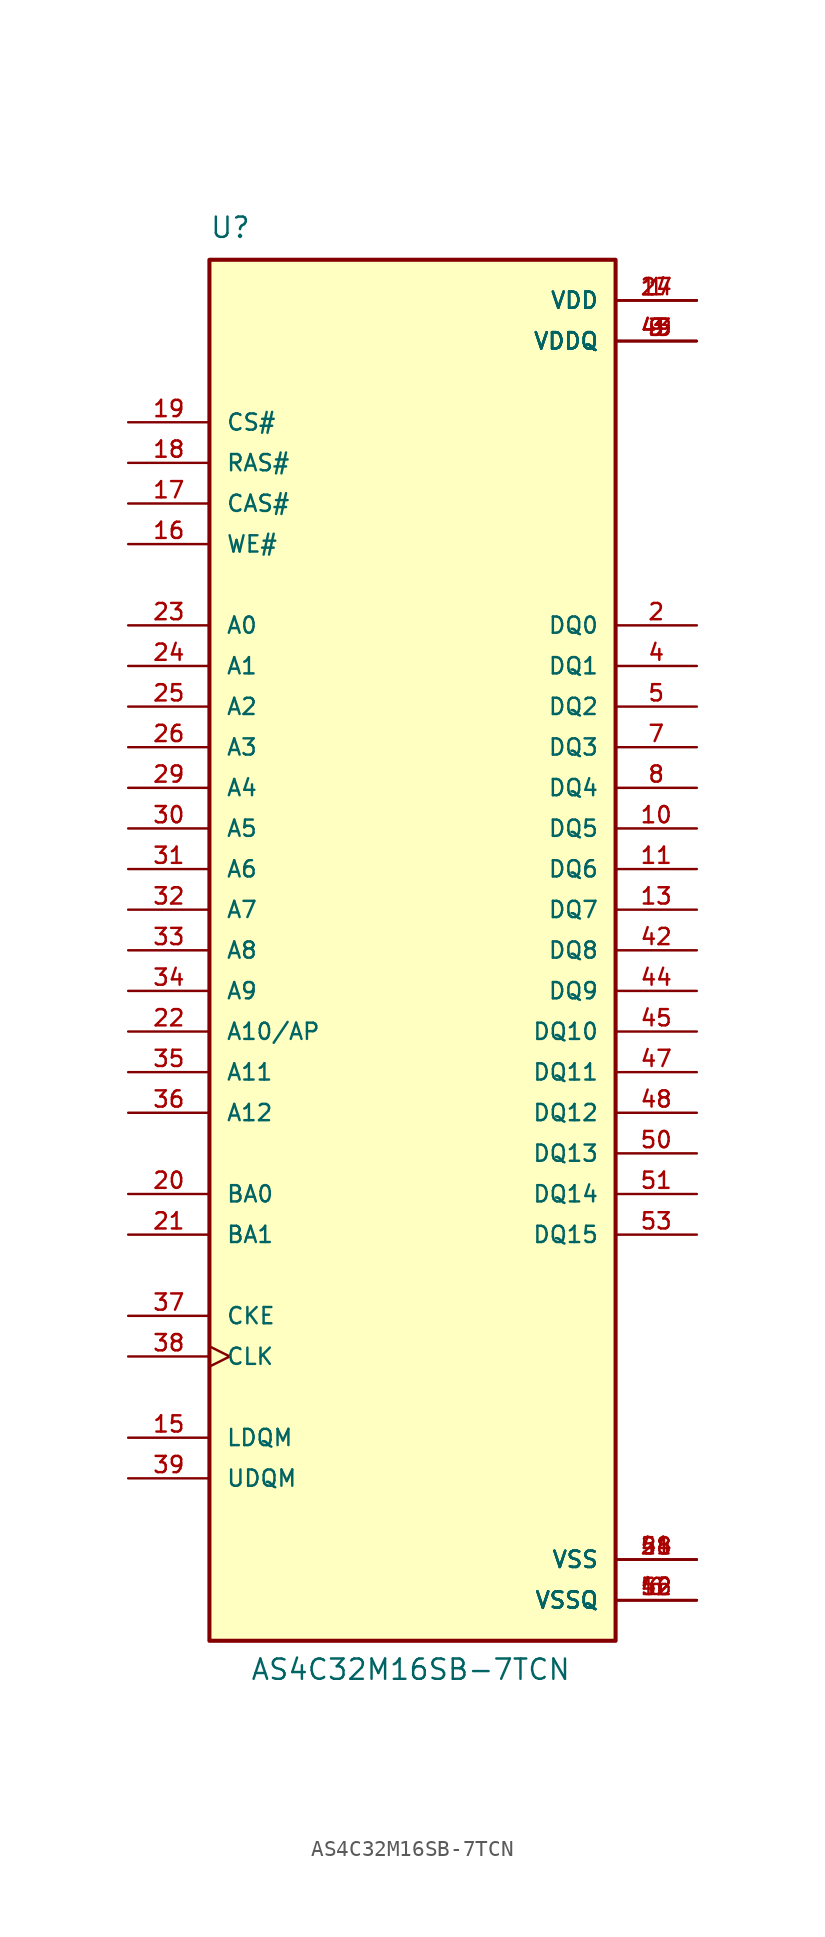
<source format=kicad_sym>
(kicad_symbol_lib
  (version 20211014)
  (generator kicad_symbol_editor)
  (symbol "AS4C32M16SB-7TCN"
    (pin_names
      (offset 1.016))
    (property "Reference" "U"
      (at -12.7 44.45 0)
      (effects (font (size 1.27 1.27)) (justify left bottom)))
    (property "Value" "AS4C32M16SB-7TCN"
      (at -10.16 -45.72 0)
      (effects (font (size 1.27 1.27)) (justify left bottom)))
    (property "ki_locked" ""
      (at 0 0 0)
      (effects (font (size 1.27 1.27))))
    (symbol "AS4C32M16SB-7TCN_0_0"
      (rectangle (start -12.7 -43.18) (end 12.7 43.18) (stroke (width 0.254) (type default) (color 0 0 0 0)) (fill (type background)))
      (pin power_in line (at 17.78 40.64 180) (length 5.08) (name "VDD" (effects (font (size 1.016 1.016)))) (number "1" (effects (font (size 1.016 1.016)))))
      (pin bidirectional line (at 17.78 7.62 180) (length 5.08) (name "DQ5" (effects (font (size 1.016 1.016)))) (number "10" (effects (font (size 1.016 1.016)))))
      (pin bidirectional line (at 17.78 5.08 180) (length 5.08) (name "DQ6" (effects (font (size 1.016 1.016)))) (number "11" (effects (font (size 1.016 1.016)))))
      (pin power_in line (at 17.78 -40.64 180) (length 5.08) (name "VSSQ" (effects (font (size 1.016 1.016)))) (number "12" (effects (font (size 1.016 1.016)))))
      (pin bidirectional line (at 17.78 2.54 180) (length 5.08) (name "DQ7" (effects (font (size 1.016 1.016)))) (number "13" (effects (font (size 1.016 1.016)))))
      (pin power_in line (at 17.78 40.64 180) (length 5.08) (name "VDD" (effects (font (size 1.016 1.016)))) (number "14" (effects (font (size 1.016 1.016)))))
      (pin input line (at -17.78 -30.48 0) (length 5.08) (name "LDQM" (effects (font (size 1.016 1.016)))) (number "15" (effects (font (size 1.016 1.016)))))
      (pin input line (at -17.78 25.4 0) (length 5.08) (name "WE#" (effects (font (size 1.016 1.016)))) (number "16" (effects (font (size 1.016 1.016)))))
      (pin input line (at -17.78 27.94 0) (length 5.08) (name "CAS#" (effects (font (size 1.016 1.016)))) (number "17" (effects (font (size 1.016 1.016)))))
      (pin input line (at -17.78 30.48 0) (length 5.08) (name "RAS#" (effects (font (size 1.016 1.016)))) (number "18" (effects (font (size 1.016 1.016)))))
      (pin input line (at -17.78 33.02 0) (length 5.08) (name "CS#" (effects (font (size 1.016 1.016)))) (number "19" (effects (font (size 1.016 1.016)))))
      (pin bidirectional line (at 17.78 20.32 180) (length 5.08) (name "DQ0" (effects (font (size 1.016 1.016)))) (number "2" (effects (font (size 1.016 1.016)))))
      (pin input line (at -17.78 -15.24 0) (length 5.08) (name "BA0" (effects (font (size 1.016 1.016)))) (number "20" (effects (font (size 1.016 1.016)))))
      (pin input line (at -17.78 -17.78 0) (length 5.08) (name "BA1" (effects (font (size 1.016 1.016)))) (number "21" (effects (font (size 1.016 1.016)))))
      (pin input line (at -17.78 -5.08 0) (length 5.08) (name "A10/AP" (effects (font (size 1.016 1.016)))) (number "22" (effects (font (size 1.016 1.016)))))
      (pin input line (at -17.78 20.32 0) (length 5.08) (name "A0" (effects (font (size 1.016 1.016)))) (number "23" (effects (font (size 1.016 1.016)))))
      (pin input line (at -17.78 17.78 0) (length 5.08) (name "A1" (effects (font (size 1.016 1.016)))) (number "24" (effects (font (size 1.016 1.016)))))
      (pin input line (at -17.78 15.24 0) (length 5.08) (name "A2" (effects (font (size 1.016 1.016)))) (number "25" (effects (font (size 1.016 1.016)))))
      (pin input line (at -17.78 12.7 0) (length 5.08) (name "A3" (effects (font (size 1.016 1.016)))) (number "26" (effects (font (size 1.016 1.016)))))
      (pin power_in line (at 17.78 40.64 180) (length 5.08) (name "VDD" (effects (font (size 1.016 1.016)))) (number "27" (effects (font (size 1.016 1.016)))))
      (pin power_in line (at 17.78 -38.1 180) (length 5.08) (name "VSS" (effects (font (size 1.016 1.016)))) (number "28" (effects (font (size 1.016 1.016)))))
      (pin input line (at -17.78 10.16 0) (length 5.08) (name "A4" (effects (font (size 1.016 1.016)))) (number "29" (effects (font (size 1.016 1.016)))))
      (pin power_in line (at 17.78 38.1 180) (length 5.08) (name "VDDQ" (effects (font (size 1.016 1.016)))) (number "3" (effects (font (size 1.016 1.016)))))
      (pin input line (at -17.78 7.62 0) (length 5.08) (name "A5" (effects (font (size 1.016 1.016)))) (number "30" (effects (font (size 1.016 1.016)))))
      (pin input line (at -17.78 5.08 0) (length 5.08) (name "A6" (effects (font (size 1.016 1.016)))) (number "31" (effects (font (size 1.016 1.016)))))
      (pin input line (at -17.78 2.54 0) (length 5.08) (name "A7" (effects (font (size 1.016 1.016)))) (number "32" (effects (font (size 1.016 1.016)))))
      (pin input line (at -17.78 0 0) (length 5.08) (name "A8" (effects (font (size 1.016 1.016)))) (number "33" (effects (font (size 1.016 1.016)))))
      (pin input line (at -17.78 -2.54 0) (length 5.08) (name "A9" (effects (font (size 1.016 1.016)))) (number "34" (effects (font (size 1.016 1.016)))))
      (pin input line (at -17.78 -7.62 0) (length 5.08) (name "A11" (effects (font (size 1.016 1.016)))) (number "35" (effects (font (size 1.016 1.016)))))
      (pin input line (at -17.78 -10.16 0) (length 5.08) (name "A12" (effects (font (size 1.016 1.016)))) (number "36" (effects (font (size 1.016 1.016)))))
      (pin input line (at -17.78 -22.86 0) (length 5.08) (name "CKE" (effects (font (size 1.016 1.016)))) (number "37" (effects (font (size 1.016 1.016)))))
      (pin input clock (at -17.78 -25.4 0) (length 5.08) (name "CLK" (effects (font (size 1.016 1.016)))) (number "38" (effects (font (size 1.016 1.016)))))
      (pin input line (at -17.78 -33.02 0) (length 5.08) (name "UDQM" (effects (font (size 1.016 1.016)))) (number "39" (effects (font (size 1.016 1.016)))))
      (pin bidirectional line (at 17.78 17.78 180) (length 5.08) (name "DQ1" (effects (font (size 1.016 1.016)))) (number "4" (effects (font (size 1.016 1.016)))))
      (pin power_in line (at 17.78 -38.1 180) (length 5.08) (name "VSS" (effects (font (size 1.016 1.016)))) (number "41" (effects (font (size 1.016 1.016)))))
      (pin bidirectional line (at 17.78 0 180) (length 5.08) (name "DQ8" (effects (font (size 1.016 1.016)))) (number "42" (effects (font (size 1.016 1.016)))))
      (pin power_in line (at 17.78 38.1 180) (length 5.08) (name "VDDQ" (effects (font (size 1.016 1.016)))) (number "43" (effects (font (size 1.016 1.016)))))
      (pin bidirectional line (at 17.78 -2.54 180) (length 5.08) (name "DQ9" (effects (font (size 1.016 1.016)))) (number "44" (effects (font (size 1.016 1.016)))))
      (pin bidirectional line (at 17.78 -5.08 180) (length 5.08) (name "DQ10" (effects (font (size 1.016 1.016)))) (number "45" (effects (font (size 1.016 1.016)))))
      (pin power_in line (at 17.78 -40.64 180) (length 5.08) (name "VSSQ" (effects (font (size 1.016 1.016)))) (number "46" (effects (font (size 1.016 1.016)))))
      (pin bidirectional line (at 17.78 -7.62 180) (length 5.08) (name "DQ11" (effects (font (size 1.016 1.016)))) (number "47" (effects (font (size 1.016 1.016)))))
      (pin bidirectional line (at 17.78 -10.16 180) (length 5.08) (name "DQ12" (effects (font (size 1.016 1.016)))) (number "48" (effects (font (size 1.016 1.016)))))
      (pin power_in line (at 17.78 38.1 180) (length 5.08) (name "VDDQ" (effects (font (size 1.016 1.016)))) (number "49" (effects (font (size 1.016 1.016)))))
      (pin bidirectional line (at 17.78 15.24 180) (length 5.08) (name "DQ2" (effects (font (size 1.016 1.016)))) (number "5" (effects (font (size 1.016 1.016)))))
      (pin bidirectional line (at 17.78 -12.7 180) (length 5.08) (name "DQ13" (effects (font (size 1.016 1.016)))) (number "50" (effects (font (size 1.016 1.016)))))
      (pin bidirectional line (at 17.78 -15.24 180) (length 5.08) (name "DQ14" (effects (font (size 1.016 1.016)))) (number "51" (effects (font (size 1.016 1.016)))))
      (pin power_in line (at 17.78 -40.64 180) (length 5.08) (name "VSSQ" (effects (font (size 1.016 1.016)))) (number "52" (effects (font (size 1.016 1.016)))))
      (pin bidirectional line (at 17.78 -17.78 180) (length 5.08) (name "DQ15" (effects (font (size 1.016 1.016)))) (number "53" (effects (font (size 1.016 1.016)))))
      (pin power_in line (at 17.78 -38.1 180) (length 5.08) (name "VSS" (effects (font (size 1.016 1.016)))) (number "54" (effects (font (size 1.016 1.016)))))
      (pin power_in line (at 17.78 -40.64 180) (length 5.08) (name "VSSQ" (effects (font (size 1.016 1.016)))) (number "6" (effects (font (size 1.016 1.016)))))
      (pin bidirectional line (at 17.78 12.7 180) (length 5.08) (name "DQ3" (effects (font (size 1.016 1.016)))) (number "7" (effects (font (size 1.016 1.016)))))
      (pin bidirectional line (at 17.78 10.16 180) (length 5.08) (name "DQ4" (effects (font (size 1.016 1.016)))) (number "8" (effects (font (size 1.016 1.016)))))
      (pin power_in line (at 17.78 38.1 180) (length 5.08) (name "VDDQ" (effects (font (size 1.016 1.016)))) (number "9" (effects (font (size 1.016 1.016))))))))
</source>
